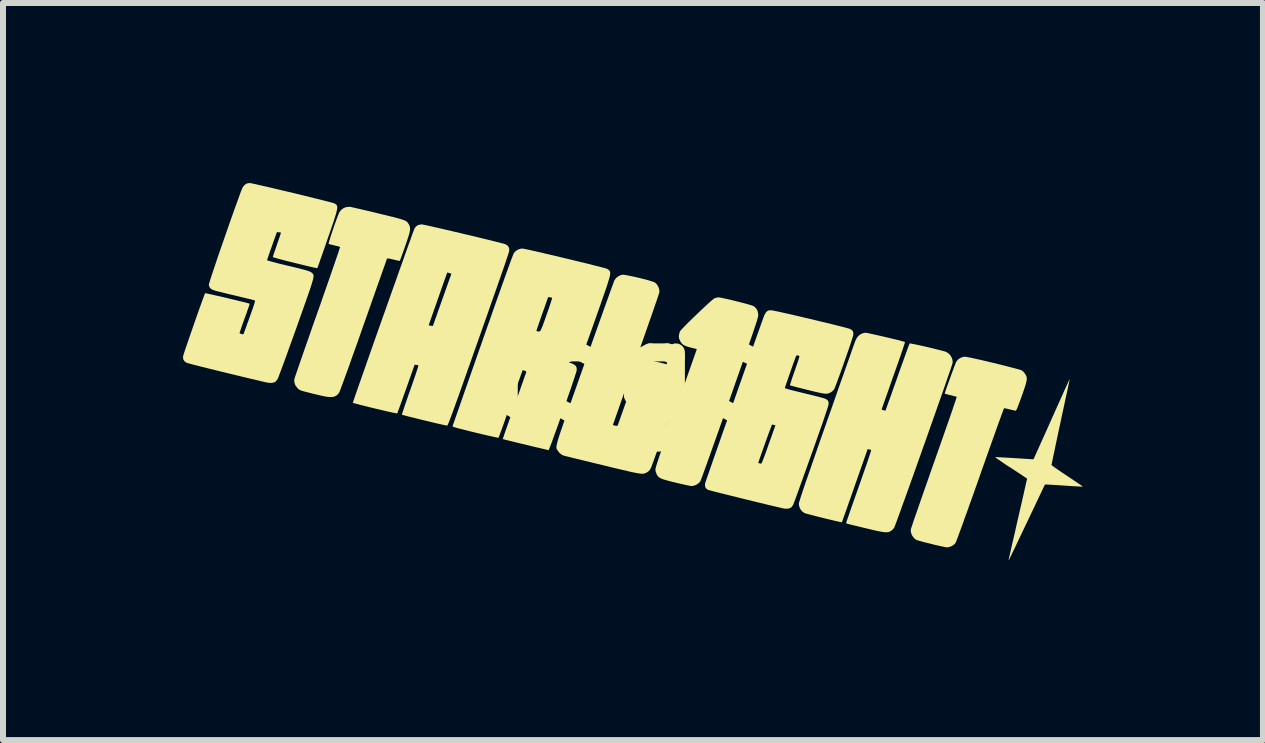
<source format=kicad_pcb>
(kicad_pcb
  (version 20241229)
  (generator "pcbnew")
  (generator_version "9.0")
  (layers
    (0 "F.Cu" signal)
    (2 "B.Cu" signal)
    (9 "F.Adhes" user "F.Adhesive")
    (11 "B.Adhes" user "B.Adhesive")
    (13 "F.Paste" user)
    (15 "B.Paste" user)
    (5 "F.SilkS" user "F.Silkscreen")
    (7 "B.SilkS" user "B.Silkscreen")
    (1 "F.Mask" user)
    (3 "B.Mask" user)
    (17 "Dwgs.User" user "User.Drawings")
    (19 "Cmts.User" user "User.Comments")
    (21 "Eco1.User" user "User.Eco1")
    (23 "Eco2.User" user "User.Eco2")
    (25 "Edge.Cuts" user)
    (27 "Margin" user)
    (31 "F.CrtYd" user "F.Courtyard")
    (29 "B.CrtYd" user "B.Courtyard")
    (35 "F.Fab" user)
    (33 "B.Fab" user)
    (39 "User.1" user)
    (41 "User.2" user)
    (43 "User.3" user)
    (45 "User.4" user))
  (footprint "logo"
    (layer "F.Cu")
    (at 7.5 3.145)
    (property "Reference" "logo" (at 0 0 0) (layer "F.SilkS") (effects (font (size 1.5 1.5) (thickness 0.3))))
    (attr board_only exclude_from_pos_files exclude_from_bom)
    (fp_poly (pts (xy 1.442 -1.237) (xy 1.476 -1.231) (xy 1.521 -1.221) (xy 1.575 -1.21) (xy 1.634 -1.196) (xy 1.697 -1.181) (xy 1.76 -1.165) (xy 1.822 -1.149) (xy 1.879 -1.134) (xy 1.929 -1.12) (xy 1.97 -1.107) (xy 1.999 -1.098) (xy 2.013 -1.091) (xy 2.051 -1.057) (xy 2.075 -1.015) (xy 2.086 -0.964) (xy 2.086 -0.958) (xy 2.087 -0.95) (xy 2.086 -0.943) (xy 2.086 -0.933) (xy 2.084 -0.922) (xy 2.081 -0.908) (xy 2.076 -0.89) (xy 2.07 -0.868) (xy 2.062 -0.841) (xy 2.051 -0.808) (xy 2.038 -0.768) (xy 2.022 -0.721) (xy 2.004 -0.666) (xy 1.982 -0.601) (xy 1.956 -0.527) (xy 1.927 -0.443) (xy 1.893 -0.347) (xy 1.856 -0.239) (xy 1.813 -0.118) (xy 1.766 0.016) (xy 1.714 0.164) (xy 1.657 0.328) (xy 1.615 0.447) (xy 1.563 0.595) (xy 1.512 0.738) (xy 1.463 0.877) (xy 1.416 1.01) (xy 1.371 1.136) (xy 1.329 1.254) (xy 1.29 1.364) (xy 1.254 1.465) (xy 1.222 1.555) (xy 1.193 1.634) (xy 1.169 1.701) (xy 1.149 1.755) (xy 1.134 1.795) (xy 1.124 1.82) (xy 1.119 1.83) (xy 1.091 1.86) (xy 1.052 1.885) (xy 1.01 1.901) (xy 0.975 1.905) (xy 0.957 1.903) (xy 0.926 1.897) (xy 0.882 1.888) (xy 0.83 1.876) (xy 0.771 1.863) (xy 0.71 1.848) (xy 0.633 1.83) (xy 0.571 1.813) (xy 0.522 1.799) (xy 0.484 1.786) (xy 0.455 1.773) (xy 0.434 1.76) (xy 0.417 1.745) (xy 0.404 1.727) (xy 0.393 1.707) (xy 0.376 1.66) (xy 0.373 1.629) (xy 0.374 1.619) (xy 0.378 1.601) (xy 0.385 1.576) (xy 0.395 1.543) (xy 0.409 1.5) (xy 0.426 1.447) (xy 0.447 1.384) (xy 0.473 1.309) (xy 0.503 1.222) (xy 0.537 1.122) (xy 0.577 1.009) (xy 0.621 0.881) (xy 0.671 0.739) (xy 0.718 0.606) (xy 1.063 -0.377) (xy 0.967 -0.401) (xy 0.91 -0.417) (xy 0.867 -0.433) (xy 0.835 -0.451) (xy 0.81 -0.473) (xy 0.791 -0.501) (xy 0.784 -0.515) (xy 0.77 -0.547) (xy 0.764 -0.573) (xy 0.764 -0.6) (xy 0.765 -0.606) (xy 0.771 -0.638) (xy 0.78 -0.666) (xy 0.783 -0.674) (xy 0.794 -0.688) (xy 0.815 -0.712) (xy 0.846 -0.744) (xy 0.885 -0.784) (xy 0.929 -0.828) (xy 0.979 -0.877) (xy 1.031 -0.927) (xy 1.084 -0.978) (xy 1.137 -1.029) (xy 1.188 -1.076) (xy 1.235 -1.12) (xy 1.277 -1.158) (xy 1.312 -1.189) (xy 1.338 -1.21) (xy 1.353 -1.222) (xy 1.355 -1.222) (xy 1.385 -1.233) (xy 1.415 -1.238) (xy 1.422 -1.239)) (stroke (width 0) (type solid)) (fill yes) (layer "F.SilkS"))
    (fp_poly (pts (xy 7.273 0.147) (xy 7.27 0.159) (xy 7.264 0.186) (xy 7.255 0.228) (xy 7.244 0.283) (xy 7.23 0.349) (xy 7.213 0.426) (xy 7.195 0.511) (xy 7.175 0.605) (xy 7.153 0.705) (xy 7.131 0.81) (xy 7.121 0.857) (xy 7.098 0.963) (xy 7.076 1.065) (xy 7.056 1.161) (xy 7.037 1.249) (xy 7.021 1.329) (xy 7.006 1.398) (xy 6.994 1.457) (xy 6.984 1.503) (xy 6.978 1.535) (xy 6.974 1.552) (xy 6.974 1.554) (xy 6.981 1.561) (xy 7.001 1.576) (xy 7.032 1.599) (xy 7.073 1.627) (xy 7.122 1.661) (xy 7.177 1.698) (xy 7.234 1.736) (xy 7.294 1.776) (xy 7.349 1.813) (xy 7.398 1.846) (xy 7.439 1.874) (xy 7.47 1.895) (xy 7.49 1.909) (xy 7.498 1.914) (xy 7.49 1.915) (xy 7.467 1.914) (xy 7.431 1.913) (xy 7.384 1.91) (xy 7.327 1.907) (xy 7.263 1.903) (xy 7.218 1.9) (xy 7.148 1.895) (xy 7.082 1.891) (xy 7.022 1.887) (xy 6.972 1.884) (xy 6.932 1.882) (xy 6.907 1.881) (xy 6.899 1.88) (xy 6.864 1.88) (xy 6.567 2.506) (xy 6.52 2.603) (xy 6.476 2.697) (xy 6.434 2.784) (xy 6.396 2.865) (xy 6.361 2.938) (xy 6.33 3.001) (xy 6.305 3.054) (xy 6.285 3.095) (xy 6.271 3.123) (xy 6.264 3.138) (xy 6.263 3.139) (xy 6.259 3.139) (xy 6.26 3.131) (xy 6.264 3.112) (xy 6.272 3.08) (xy 6.282 3.034) (xy 6.295 2.977) (xy 6.31 2.91) (xy 6.327 2.836) (xy 6.346 2.754) (xy 6.366 2.668) (xy 6.386 2.577) (xy 6.407 2.485) (xy 6.428 2.393) (xy 6.449 2.301) (xy 6.47 2.212) (xy 6.489 2.128) (xy 6.507 2.049) (xy 6.523 1.977) (xy 6.537 1.915) (xy 6.549 1.862) (xy 6.558 1.822) (xy 6.564 1.795) (xy 6.567 1.784) (xy 6.567 1.783) (xy 6.56 1.777) (xy 6.54 1.763) (xy 6.508 1.742) (xy 6.467 1.714) (xy 6.418 1.682) (xy 6.362 1.645) (xy 6.301 1.605) (xy 6.294 1.601) (xy 6.233 1.562) (xy 6.178 1.525) (xy 6.13 1.492) (xy 6.09 1.465) (xy 6.06 1.444) (xy 6.042 1.429) (xy 6.036 1.423) (xy 6.036 1.423) (xy 6.048 1.423) (xy 6.075 1.424) (xy 6.115 1.426) (xy 6.167 1.429) (xy 6.227 1.432) (xy 6.295 1.436) (xy 6.362 1.44) (xy 6.672 1.46) (xy 6.683 1.438) (xy 6.689 1.427) (xy 6.7 1.401) (xy 6.718 1.362) (xy 6.741 1.311) (xy 6.769 1.249) (xy 6.801 1.177) (xy 6.837 1.098) (xy 6.876 1.011) (xy 6.918 0.918) (xy 6.961 0.821) (xy 6.973 0.794) (xy 7.017 0.696) (xy 7.059 0.602) (xy 7.099 0.513) (xy 7.136 0.431) (xy 7.169 0.357) (xy 7.198 0.292) (xy 7.223 0.238) (xy 7.242 0.195) (xy 7.256 0.166) (xy 7.263 0.15) (xy 7.264 0.149) (xy 7.277 0.126)) (stroke (width 0) (type solid)) (fill yes) (layer "F.SilkS"))
    (fp_poly (pts (xy 5.55 -0.248) (xy 5.576 -0.243) (xy 5.611 -0.237) (xy 5.655 -0.228) (xy 5.711 -0.215) (xy 5.779 -0.2) (xy 5.861 -0.181) (xy 5.958 -0.158) (xy 6 -0.148) (xy 6.095 -0.125) (xy 6.183 -0.103) (xy 6.261 -0.083) (xy 6.33 -0.065) (xy 6.387 -0.05) (xy 6.432 -0.038) (xy 6.462 -0.028) (xy 6.475 -0.023) (xy 6.505 -0.000288) (xy 6.532 0.032) (xy 6.535 0.038) (xy 6.547 0.058) (xy 6.556 0.078) (xy 6.561 0.099) (xy 6.562 0.123) (xy 6.558 0.151) (xy 6.55 0.187) (xy 6.538 0.232) (xy 6.519 0.287) (xy 6.496 0.356) (xy 6.477 0.409) (xy 6.448 0.489) (xy 6.424 0.552) (xy 6.406 0.599) (xy 6.392 0.631) (xy 6.382 0.647) (xy 6.379 0.65) (xy 6.365 0.648) (xy 6.339 0.642) (xy 6.305 0.634) (xy 6.279 0.628) (xy 6.242 0.619) (xy 6.211 0.612) (xy 6.19 0.609) (xy 6.184 0.608) (xy 6.18 0.617) (xy 6.17 0.641) (xy 6.156 0.679) (xy 6.137 0.731) (xy 6.114 0.795) (xy 6.086 0.871) (xy 6.055 0.957) (xy 6.021 1.054) (xy 5.983 1.159) (xy 5.943 1.272) (xy 5.9 1.392) (xy 5.856 1.518) (xy 5.809 1.648) (xy 5.786 1.716) (xy 5.739 1.849) (xy 5.693 1.979) (xy 5.649 2.103) (xy 5.606 2.221) (xy 5.567 2.333) (xy 5.529 2.436) (xy 5.496 2.53) (xy 5.465 2.614) (xy 5.438 2.687) (xy 5.416 2.748) (xy 5.398 2.796) (xy 5.384 2.83) (xy 5.376 2.849) (xy 5.375 2.853) (xy 5.347 2.882) (xy 5.31 2.906) (xy 5.268 2.922) (xy 5.232 2.927) (xy 5.216 2.925) (xy 5.185 2.919) (xy 5.143 2.91) (xy 5.092 2.899) (xy 5.034 2.886) (xy 4.975 2.871) (xy 4.914 2.856) (xy 4.856 2.842) (xy 4.806 2.828) (xy 4.766 2.817) (xy 4.737 2.808) (xy 4.723 2.803) (xy 4.685 2.775) (xy 4.655 2.736) (xy 4.635 2.691) (xy 4.628 2.645) (xy 4.629 2.626) (xy 4.633 2.614) (xy 4.642 2.587) (xy 4.656 2.546) (xy 4.674 2.491) (xy 4.697 2.423) (xy 4.725 2.345) (xy 4.756 2.256) (xy 4.79 2.157) (xy 4.827 2.05) (xy 4.867 1.936) (xy 4.91 1.815) (xy 4.954 1.688) (xy 5 1.557) (xy 5.017 1.51) (xy 5.063 1.378) (xy 5.108 1.251) (xy 5.151 1.129) (xy 5.191 1.014) (xy 5.229 0.905) (xy 5.264 0.806) (xy 5.295 0.715) (xy 5.323 0.635) (xy 5.346 0.566) (xy 5.366 0.509) (xy 5.38 0.465) (xy 5.39 0.435) (xy 5.395 0.421) (xy 5.395 0.419) (xy 5.385 0.415) (xy 5.361 0.409) (xy 5.328 0.4) (xy 5.292 0.391) (xy 5.253 0.382) (xy 5.222 0.373) (xy 5.201 0.367) (xy 5.194 0.364) (xy 5.197 0.352) (xy 5.205 0.328) (xy 5.217 0.291) (xy 5.233 0.246) (xy 5.252 0.194) (xy 5.272 0.138) (xy 5.293 0.08) (xy 5.314 0.023) (xy 5.334 -0.031) (xy 5.352 -0.08) (xy 5.368 -0.121) (xy 5.38 -0.151) (xy 5.387 -0.169) (xy 5.389 -0.171) (xy 5.418 -0.205) (xy 5.458 -0.231) (xy 5.503 -0.247) (xy 5.517 -0.249) (xy 5.531 -0.249)) (stroke (width 0) (type solid)) (fill yes) (layer "F.SilkS"))
    (fp_poly (pts (xy -4.702 -2.746) (xy -4.687 -2.742) (xy -4.656 -2.735) (xy -4.612 -2.725) (xy -4.556 -2.712) (xy -4.491 -2.697) (xy -4.418 -2.68) (xy -4.339 -2.661) (xy -4.256 -2.641) (xy -4.245 -2.638) (xy -4.144 -2.614) (xy -4.059 -2.593) (xy -3.987 -2.576) (xy -3.929 -2.56) (xy -3.881 -2.547) (xy -3.843 -2.535) (xy -3.814 -2.524) (xy -3.791 -2.514) (xy -3.774 -2.503) (xy -3.761 -2.492) (xy -3.751 -2.479) (xy -3.742 -2.465) (xy -3.736 -2.456) (xy -3.726 -2.435) (xy -3.719 -2.414) (xy -3.716 -2.391) (xy -3.717 -2.364) (xy -3.722 -2.331) (xy -3.732 -2.29) (xy -3.748 -2.239) (xy -3.769 -2.176) (xy -3.795 -2.1) (xy -3.8 -2.086) (xy -3.821 -2.026) (xy -3.841 -1.971) (xy -3.858 -1.923) (xy -3.872 -1.886) (xy -3.881 -1.86) (xy -3.886 -1.847) (xy -3.886 -1.847) (xy -3.895 -1.848) (xy -3.917 -1.852) (xy -3.95 -1.859) (xy -3.989 -1.868) (xy -3.992 -1.869) (xy -4.036 -1.88) (xy -4.066 -1.886) (xy -4.085 -1.888) (xy -4.096 -1.887) (xy -4.101 -1.883) (xy -4.102 -1.881) (xy -4.106 -1.871) (xy -4.115 -1.846) (xy -4.128 -1.806) (xy -4.147 -1.753) (xy -4.17 -1.688) (xy -4.197 -1.611) (xy -4.228 -1.523) (xy -4.263 -1.426) (xy -4.3 -1.32) (xy -4.34 -1.207) (xy -4.382 -1.086) (xy -4.427 -0.96) (xy -4.473 -0.829) (xy -4.494 -0.771) (xy -4.545 -0.625) (xy -4.594 -0.485) (xy -4.641 -0.354) (xy -4.685 -0.232) (xy -4.725 -0.118) (xy -4.762 -0.015) (xy -4.796 0.076) (xy -4.825 0.157) (xy -4.85 0.224) (xy -4.87 0.278) (xy -4.885 0.318) (xy -4.896 0.343) (xy -4.9 0.352) (xy -4.923 0.38) (xy -4.948 0.4) (xy -4.976 0.414) (xy -5.01 0.421) (xy -5.051 0.422) (xy -5.102 0.417) (xy -5.165 0.406) (xy -5.242 0.388) (xy -5.271 0.381) (xy -5.348 0.363) (xy -5.409 0.347) (xy -5.457 0.335) (xy -5.494 0.325) (xy -5.522 0.317) (xy -5.542 0.309) (xy -5.557 0.302) (xy -5.569 0.295) (xy -5.579 0.286) (xy -5.589 0.276) (xy -5.593 0.272) (xy -5.627 0.228) (xy -5.644 0.179) (xy -5.646 0.129) (xy -5.642 0.117) (xy -5.634 0.09) (xy -5.62 0.048) (xy -5.601 -0.007) (xy -5.578 -0.074) (xy -5.551 -0.153) (xy -5.52 -0.242) (xy -5.486 -0.34) (xy -5.448 -0.448) (xy -5.408 -0.562) (xy -5.366 -0.683) (xy -5.322 -0.81) (xy -5.275 -0.941) (xy -5.259 -0.988) (xy -5.212 -1.119) (xy -5.168 -1.247) (xy -5.125 -1.369) (xy -5.085 -1.484) (xy -5.047 -1.592) (xy -5.013 -1.692) (xy -4.981 -1.783) (xy -4.954 -1.863) (xy -4.93 -1.932) (xy -4.911 -1.989) (xy -4.897 -2.033) (xy -4.887 -2.063) (xy -4.883 -2.078) (xy -4.883 -2.079) (xy -4.894 -2.084) (xy -4.918 -2.091) (xy -4.951 -2.099) (xy -4.977 -2.105) (xy -5.014 -2.114) (xy -5.046 -2.122) (xy -5.067 -2.128) (xy -5.074 -2.13) (xy -5.073 -2.139) (xy -5.067 -2.162) (xy -5.057 -2.197) (xy -5.044 -2.24) (xy -5.028 -2.291) (xy -5.009 -2.346) (xy -4.99 -2.403) (xy -4.97 -2.46) (xy -4.95 -2.515) (xy -4.932 -2.564) (xy -4.916 -2.607) (xy -4.902 -2.639) (xy -4.894 -2.657) (xy -4.864 -2.697) (xy -4.823 -2.727) (xy -4.775 -2.745) (xy -4.722 -2.748)) (stroke (width 0) (type solid)) (fill yes) (layer "F.SilkS"))
    (fp_poly (pts (xy -0.158 -1.616) (xy -0.124 -1.611) (xy -0.079 -1.603) (xy -0.025 -1.592) (xy 0.034 -1.579) (xy 0.096 -1.565) (xy 0.157 -1.55) (xy 0.216 -1.535) (xy 0.269 -1.52) (xy 0.313 -1.506) (xy 0.346 -1.495) (xy 0.365 -1.486) (xy 0.397 -1.456) (xy 0.422 -1.415) (xy 0.437 -1.37) (xy 0.439 -1.327) (xy 0.436 -1.314) (xy 0.427 -1.286) (xy 0.413 -1.243) (xy 0.394 -1.187) (xy 0.37 -1.119) (xy 0.343 -1.039) (xy 0.312 -0.949) (xy 0.277 -0.85) (xy 0.239 -0.742) (xy 0.199 -0.627) (xy 0.156 -0.505) (xy 0.111 -0.378) (xy 0.065 -0.247) (xy 0.048 -0.2) (xy 0.001 -0.068) (xy -0.044 0.059) (xy -0.087 0.181) (xy -0.128 0.296) (xy -0.166 0.404) (xy -0.201 0.503) (xy -0.233 0.594) (xy -0.261 0.674) (xy -0.285 0.742) (xy -0.305 0.799) (xy -0.32 0.843) (xy -0.331 0.872) (xy -0.335 0.887) (xy -0.336 0.888) (xy -0.327 0.891) (xy -0.307 0.896) (xy -0.297 0.899) (xy -0.274 0.903) (xy -0.262 0.902) (xy -0.255 0.892) (xy -0.252 0.885) (xy -0.248 0.873) (xy -0.238 0.846) (xy -0.224 0.806) (xy -0.205 0.753) (xy -0.183 0.69) (xy -0.157 0.618) (xy -0.129 0.538) (xy -0.098 0.451) (xy -0.066 0.36) (xy -0.052 0.321) (xy -0.019 0.228) (xy 0.012 0.141) (xy 0.041 0.06) (xy 0.067 -0.014) (xy 0.09 -0.079) (xy 0.109 -0.133) (xy 0.125 -0.176) (xy 0.135 -0.206) (xy 0.141 -0.221) (xy 0.142 -0.223) (xy 0.151 -0.221) (xy 0.174 -0.216) (xy 0.211 -0.208) (xy 0.258 -0.197) (xy 0.315 -0.184) (xy 0.379 -0.169) (xy 0.434 -0.156) (xy 0.528 -0.133) (xy 0.606 -0.113) (xy 0.667 -0.096) (xy 0.712 -0.083) (xy 0.741 -0.072) (xy 0.75 -0.068) (xy 0.786 -0.034) (xy 0.812 0.008) (xy 0.827 0.055) (xy 0.828 0.1) (xy 0.827 0.103) (xy 0.824 0.115) (xy 0.815 0.143) (xy 0.801 0.183) (xy 0.783 0.236) (xy 0.761 0.299) (xy 0.736 0.372) (xy 0.708 0.452) (xy 0.678 0.538) (xy 0.646 0.629) (xy 0.613 0.723) (xy 0.579 0.82) (xy 0.545 0.916) (xy 0.511 1.012) (xy 0.478 1.105) (xy 0.447 1.195) (xy 0.417 1.279) (xy 0.389 1.356) (xy 0.364 1.425) (xy 0.343 1.484) (xy 0.325 1.532) (xy 0.312 1.568) (xy 0.304 1.59) (xy 0.302 1.594) (xy 0.283 1.631) (xy 0.261 1.657) (xy 0.232 1.677) (xy 0.222 1.682) (xy 0.21 1.688) (xy 0.198 1.693) (xy 0.184 1.697) (xy 0.169 1.7) (xy 0.151 1.7) (xy 0.128 1.699) (xy 0.1 1.695) (xy 0.064 1.689) (xy 0.021 1.681) (xy -0.032 1.67) (xy -0.095 1.655) (xy -0.169 1.638) (xy -0.257 1.617) (xy -0.359 1.593) (xy -0.475 1.564) (xy -0.513 1.555) (xy -0.614 1.531) (xy -0.711 1.507) (xy -0.803 1.485) (xy -0.887 1.464) (xy -0.963 1.446) (xy -1.028 1.43) (xy -1.083 1.416) (xy -1.124 1.406) (xy -1.152 1.399) (xy -1.163 1.395) (xy -1.196 1.378) (xy -1.228 1.35) (xy -1.255 1.316) (xy -1.262 1.304) (xy -1.267 1.296) (xy -1.271 1.288) (xy -1.274 1.281) (xy -1.276 1.272) (xy -1.277 1.261) (xy -1.277 1.247) (xy -1.274 1.231) (xy -1.27 1.21) (xy -1.264 1.185) (xy -1.256 1.153) (xy -1.245 1.116) (xy -1.231 1.072) (xy -1.214 1.019) (xy -1.193 0.958) (xy -1.169 0.888) (xy -1.142 0.808) (xy -1.11 0.717) (xy -1.074 0.614) (xy -1.033 0.499) (xy -0.988 0.371) (xy -0.937 0.229) (xy -0.882 0.072) (xy -0.821 -0.1) (xy -0.802 -0.152) (xy -0.75 -0.299) (xy -0.699 -0.441) (xy -0.65 -0.579) (xy -0.603 -0.711) (xy -0.558 -0.837) (xy -0.516 -0.954) (xy -0.477 -1.064) (xy -0.441 -1.163) (xy -0.409 -1.253) (xy -0.381 -1.331) (xy -0.357 -1.397) (xy -0.337 -1.451) (xy -0.323 -1.49) (xy -0.314 -1.515) (xy -0.31 -1.524) (xy -0.284 -1.56) (xy -0.246 -1.59) (xy -0.202 -1.611) (xy -0.179 -1.616)) (stroke (width 0) (type solid)) (fill yes) (layer "F.SilkS"))
    (fp_poly (pts (xy -3.507 -2.453) (xy -3.477 -2.447) (xy -3.434 -2.438) (xy -3.379 -2.426) (xy -3.313 -2.411) (xy -3.238 -2.394) (xy -3.156 -2.375) (xy -3.068 -2.355) (xy -2.976 -2.333) (xy -2.882 -2.311) (xy -2.786 -2.288) (xy -2.692 -2.266) (xy -2.599 -2.244) (xy -2.51 -2.222) (xy -2.427 -2.202) (xy -2.351 -2.183) (xy -2.283 -2.166) (xy -2.225 -2.152) (xy -2.18 -2.14) (xy -2.147 -2.131) (xy -2.129 -2.125) (xy -2.129 -2.125) (xy -2.092 -2.103) (xy -2.069 -2.072) (xy -2.062 -2.037) (xy -2.062 -2.032) (xy -2.062 -2.025) (xy -2.064 -2.018) (xy -2.066 -2.008) (xy -2.069 -1.995) (xy -2.074 -1.979) (xy -2.08 -1.958) (xy -2.088 -1.933) (xy -2.099 -1.902) (xy -2.111 -1.864) (xy -2.126 -1.819) (xy -2.144 -1.767) (xy -2.165 -1.706) (xy -2.19 -1.636) (xy -2.217 -1.557) (xy -2.249 -1.467) (xy -2.284 -1.365) (xy -2.324 -1.252) (xy -2.369 -1.126) (xy -2.417 -0.987) (xy -2.471 -0.834) (xy -2.53 -0.667) (xy -2.595 -0.484) (xy -2.628 -0.39) (xy -2.689 -0.217) (xy -2.745 -0.059) (xy -2.795 0.083) (xy -2.84 0.211) (xy -2.881 0.326) (xy -2.917 0.428) (xy -2.95 0.517) (xy -2.978 0.596) (xy -3.002 0.663) (xy -3.023 0.72) (xy -3.041 0.768) (xy -3.056 0.807) (xy -3.068 0.838) (xy -3.078 0.862) (xy -3.086 0.879) (xy -3.092 0.89) (xy -3.096 0.897) (xy -3.098 0.898) (xy -3.11 0.896) (xy -3.136 0.891) (xy -3.176 0.882) (xy -3.227 0.871) (xy -3.288 0.857) (xy -3.357 0.84) (xy -3.431 0.822) (xy -3.48 0.811) (xy -3.557 0.792) (xy -3.629 0.774) (xy -3.694 0.758) (xy -3.75 0.744) (xy -3.795 0.732) (xy -3.829 0.723) (xy -3.848 0.718) (xy -3.852 0.716) (xy -3.85 0.707) (xy -3.843 0.684) (xy -3.831 0.647) (xy -3.815 0.598) (xy -3.795 0.54) (xy -3.772 0.473) (xy -3.747 0.399) (xy -3.719 0.32) (xy -3.714 0.306) (xy -3.686 0.226) (xy -3.66 0.151) (xy -3.636 0.083) (xy -3.616 0.023) (xy -3.599 -0.028) (xy -3.587 -0.067) (xy -3.579 -0.093) (xy -3.576 -0.105) (xy -3.576 -0.105) (xy -3.588 -0.11) (xy -3.609 -0.114) (xy -3.611 -0.114) (xy -3.64 -0.117) (xy -3.782 0.286) (xy -3.811 0.365) (xy -3.837 0.44) (xy -3.862 0.508) (xy -3.883 0.568) (xy -3.902 0.618) (xy -3.916 0.657) (xy -3.926 0.683) (xy -3.931 0.694) (xy -3.931 0.694) (xy -3.941 0.694) (xy -3.965 0.689) (xy -4.002 0.682) (xy -4.049 0.672) (xy -4.104 0.659) (xy -4.166 0.645) (xy -4.232 0.629) (xy -4.3 0.613) (xy -4.368 0.597) (xy -4.434 0.58) (xy -4.496 0.565) (xy -4.551 0.551) (xy -4.599 0.538) (xy -4.635 0.528) (xy -4.66 0.521) (xy -4.669 0.517) (xy -4.669 0.517) (xy -4.667 0.507) (xy -4.658 0.482) (xy -4.645 0.442) (xy -4.627 0.389) (xy -4.604 0.324) (xy -4.578 0.248) (xy -4.547 0.161) (xy -4.514 0.066) (xy -4.477 -0.038) (xy -4.438 -0.15) (xy -4.397 -0.267) (xy -4.354 -0.39) (xy -4.309 -0.517) (xy -4.263 -0.647) (xy -4.217 -0.777) (xy -3.405 -0.777) (xy -3.397 -0.772) (xy -3.38 -0.768) (xy -3.359 -0.764) (xy -3.342 -0.763) (xy -3.335 -0.765) (xy -3.332 -0.773) (xy -3.324 -0.796) (xy -3.311 -0.832) (xy -3.294 -0.881) (xy -3.273 -0.939) (xy -3.25 -1.007) (xy -3.223 -1.081) (xy -3.195 -1.161) (xy -3.181 -1.2) (xy -3.027 -1.633) (xy -3.061 -1.644) (xy -3.083 -1.65) (xy -3.096 -1.653) (xy -3.097 -1.652) (xy -3.1 -1.644) (xy -3.109 -1.62) (xy -3.121 -1.584) (xy -3.138 -1.538) (xy -3.158 -1.482) (xy -3.18 -1.419) (xy -3.204 -1.351) (xy -3.229 -1.279) (xy -3.255 -1.206) (xy -3.28 -1.133) (xy -3.305 -1.062) (xy -3.329 -0.995) (xy -3.35 -0.934) (xy -3.369 -0.88) (xy -3.384 -0.836) (xy -3.396 -0.802) (xy -3.403 -0.782) (xy -3.405 -0.777) (xy -4.217 -0.777) (xy -4.216 -0.78) (xy -4.169 -0.913) (xy -4.121 -1.047) (xy -4.074 -1.18) (xy -4.028 -1.311) (xy -3.982 -1.439) (xy -3.938 -1.563) (xy -3.896 -1.683) (xy -3.855 -1.796) (xy -3.817 -1.903) (xy -3.782 -2.002) (xy -3.75 -2.092) (xy -3.721 -2.172) (xy -3.696 -2.241) (xy -3.676 -2.298) (xy -3.659 -2.342) (xy -3.648 -2.372) (xy -3.642 -2.387) (xy -3.641 -2.389) (xy -3.613 -2.425) (xy -3.575 -2.447) (xy -3.528 -2.455) (xy -3.522 -2.455)) (stroke (width 0) (type solid)) (fill yes) (layer "F.SilkS"))
    (fp_poly (pts (xy 3.891 -0.648) (xy 3.919 -0.642) (xy 3.959 -0.634) (xy 4.009 -0.623) (xy 4.066 -0.61) (xy 4.127 -0.596) (xy 4.192 -0.581) (xy 4.257 -0.566) (xy 4.319 -0.551) (xy 4.378 -0.537) (xy 4.431 -0.524) (xy 4.474 -0.512) (xy 4.507 -0.503) (xy 4.527 -0.497) (xy 4.532 -0.495) (xy 4.53 -0.486) (xy 4.523 -0.462) (xy 4.511 -0.425) (xy 4.495 -0.377) (xy 4.475 -0.318) (xy 4.452 -0.25) (xy 4.426 -0.176) (xy 4.398 -0.096) (xy 4.387 -0.065) (xy 4.356 0.022) (xy 4.325 0.109) (xy 4.296 0.193) (xy 4.268 0.272) (xy 4.243 0.344) (xy 4.221 0.406) (xy 4.203 0.457) (xy 4.19 0.493) (xy 4.189 0.495) (xy 4.142 0.631) (xy 4.172 0.641) (xy 4.193 0.647) (xy 4.206 0.648) (xy 4.207 0.647) (xy 4.21 0.639) (xy 4.219 0.615) (xy 4.232 0.578) (xy 4.25 0.528) (xy 4.272 0.468) (xy 4.297 0.398) (xy 4.325 0.319) (xy 4.355 0.234) (xy 4.388 0.143) (xy 4.406 0.09) (xy 4.439 -0.004) (xy 4.471 -0.093) (xy 4.501 -0.176) (xy 4.528 -0.251) (xy 4.552 -0.317) (xy 4.572 -0.374) (xy 4.589 -0.419) (xy 4.601 -0.451) (xy 4.608 -0.468) (xy 4.609 -0.471) (xy 4.619 -0.471) (xy 4.643 -0.467) (xy 4.68 -0.46) (xy 4.726 -0.451) (xy 4.78 -0.439) (xy 4.839 -0.426) (xy 4.901 -0.412) (xy 4.964 -0.397) (xy 5.024 -0.382) (xy 5.081 -0.368) (xy 5.131 -0.355) (xy 5.173 -0.344) (xy 5.204 -0.335) (xy 5.219 -0.33) (xy 5.261 -0.303) (xy 5.295 -0.265) (xy 5.317 -0.22) (xy 5.327 -0.171) (xy 5.325 -0.147) (xy 5.322 -0.134) (xy 5.313 -0.106) (xy 5.299 -0.063) (xy 5.28 -0.007) (xy 5.256 0.061) (xy 5.229 0.139) (xy 5.199 0.228) (xy 5.165 0.325) (xy 5.128 0.431) (xy 5.088 0.543) (xy 5.047 0.661) (xy 5.004 0.783) (xy 4.959 0.91) (xy 4.914 1.038) (xy 4.868 1.169) (xy 4.821 1.299) (xy 4.775 1.43) (xy 4.729 1.558) (xy 4.685 1.684) (xy 4.641 1.806) (xy 4.599 1.924) (xy 4.559 2.035) (xy 4.521 2.14) (xy 4.486 2.236) (xy 4.455 2.324) (xy 4.426 2.402) (xy 4.402 2.469) (xy 4.382 2.523) (xy 4.366 2.564) (xy 4.355 2.591) (xy 4.35 2.603) (xy 4.35 2.603) (xy 4.328 2.629) (xy 4.3 2.652) (xy 4.292 2.657) (xy 4.275 2.666) (xy 4.256 2.672) (xy 4.234 2.675) (xy 4.207 2.675) (xy 4.173 2.672) (xy 4.131 2.665) (xy 4.079 2.655) (xy 4.014 2.641) (xy 3.936 2.622) (xy 3.872 2.607) (xy 3.804 2.591) (xy 3.741 2.575) (xy 3.685 2.562) (xy 3.637 2.55) (xy 3.601 2.541) (xy 3.578 2.536) (xy 3.571 2.534) (xy 3.556 2.526) (xy 3.552 2.519) (xy 3.555 2.509) (xy 3.563 2.484) (xy 3.576 2.446) (xy 3.594 2.395) (xy 3.615 2.333) (xy 3.64 2.261) (xy 3.668 2.181) (xy 3.699 2.094) (xy 3.732 2) (xy 3.764 1.91) (xy 3.798 1.813) (xy 3.83 1.72) (xy 3.86 1.634) (xy 3.888 1.555) (xy 3.912 1.484) (xy 3.932 1.423) (xy 3.949 1.374) (xy 3.96 1.337) (xy 3.967 1.314) (xy 3.969 1.306) (xy 3.957 1.3) (xy 3.937 1.295) (xy 3.91 1.289) (xy 3.696 1.898) (xy 3.662 1.996) (xy 3.629 2.09) (xy 3.598 2.177) (xy 3.57 2.257) (xy 3.545 2.328) (xy 3.523 2.389) (xy 3.505 2.439) (xy 3.492 2.477) (xy 3.483 2.5) (xy 3.48 2.509) (xy 3.48 2.509) (xy 3.471 2.508) (xy 3.447 2.503) (xy 3.411 2.495) (xy 3.366 2.485) (xy 3.312 2.472) (xy 3.253 2.458) (xy 3.191 2.443) (xy 3.128 2.427) (xy 3.067 2.412) (xy 3.009 2.397) (xy 2.957 2.383) (xy 2.913 2.372) (xy 2.88 2.362) (xy 2.859 2.356) (xy 2.854 2.354) (xy 2.813 2.323) (xy 2.783 2.281) (xy 2.766 2.23) (xy 2.764 2.197) (xy 2.765 2.187) (xy 2.77 2.168) (xy 2.779 2.14) (xy 2.791 2.101) (xy 2.807 2.052) (xy 2.827 1.991) (xy 2.851 1.919) (xy 2.88 1.834) (xy 2.914 1.737) (xy 2.952 1.627) (xy 2.995 1.503) (xy 3.043 1.365) (xy 3.096 1.212) (xy 3.155 1.044) (xy 3.22 0.86) (xy 3.227 0.839) (xy 3.279 0.693) (xy 3.329 0.551) (xy 3.377 0.413) (xy 3.423 0.281) (xy 3.467 0.156) (xy 3.509 0.039) (xy 3.547 -0.07) (xy 3.582 -0.169) (xy 3.614 -0.258) (xy 3.641 -0.336) (xy 3.664 -0.402) (xy 3.683 -0.455) (xy 3.697 -0.493) (xy 3.706 -0.517) (xy 3.709 -0.525) (xy 3.736 -0.574) (xy 3.773 -0.612) (xy 3.818 -0.638) (xy 3.867 -0.649) (xy 3.876 -0.65)) (stroke (width 0) (type solid)) (fill yes) (layer "F.SilkS"))
    (fp_poly (pts (xy -1.832 -2.051) (xy -1.801 -2.045) (xy -1.757 -2.036) (xy -1.701 -2.024) (xy -1.635 -2.009) (xy -1.559 -1.992) (xy -1.477 -1.972) (xy -1.388 -1.952) (xy -1.296 -1.93) (xy -1.2 -1.907) (xy -1.104 -1.884) (xy -1.008 -1.861) (xy -0.915 -1.838) (xy -0.825 -1.817) (xy -0.741 -1.796) (xy -0.663 -1.776) (xy -0.594 -1.759) (xy -0.535 -1.744) (xy -0.488 -1.731) (xy -0.453 -1.722) (xy -0.434 -1.715) (xy -0.431 -1.714) (xy -0.408 -1.699) (xy -0.391 -1.683) (xy -0.389 -1.679) (xy -0.385 -1.67) (xy -0.382 -1.66) (xy -0.38 -1.647) (xy -0.381 -1.632) (xy -0.383 -1.612) (xy -0.388 -1.588) (xy -0.397 -1.556) (xy -0.408 -1.518) (xy -0.423 -1.47) (xy -0.441 -1.413) (xy -0.464 -1.346) (xy -0.492 -1.266) (xy -0.524 -1.174) (xy -0.561 -1.067) (xy -0.604 -0.946) (xy -0.61 -0.927) (xy -0.647 -0.825) (xy -0.682 -0.726) (xy -0.715 -0.634) (xy -0.745 -0.548) (xy -0.774 -0.47) (xy -0.798 -0.402) (xy -0.82 -0.344) (xy -0.837 -0.299) (xy -0.849 -0.267) (xy -0.856 -0.249) (xy -0.858 -0.247) (xy -0.875 -0.225) (xy -0.901 -0.209) (xy -0.938 -0.196) (xy -0.941 -0.195) (xy -0.959 -0.194) (xy -0.987 -0.196) (xy -1.005 -0.199) (xy -1.035 -0.204) (xy -1.053 -0.202) (xy -1.063 -0.193) (xy -1.07 -0.175) (xy -1.07 -0.158) (xy -1.064 -0.153) (xy -1.011 -0.135) (xy -0.974 -0.115) (xy -0.951 -0.092) (xy -0.94 -0.064) (xy -0.939 -0.029) (xy -0.939 -0.023) (xy -0.943 -0.009) (xy -0.951 0.021) (xy -0.965 0.062) (xy -0.982 0.116) (xy -1.003 0.178) (xy -1.027 0.25) (xy -1.054 0.328) (xy -1.083 0.411) (xy -1.113 0.498) (xy -1.144 0.588) (xy -1.176 0.678) (xy -1.208 0.768) (xy -1.239 0.856) (xy -1.269 0.94) (xy -1.298 1.019) (xy -1.324 1.091) (xy -1.347 1.156) (xy -1.368 1.211) (xy -1.385 1.255) (xy -1.397 1.286) (xy -1.405 1.304) (xy -1.407 1.307) (xy -1.417 1.305) (xy -1.443 1.299) (xy -1.481 1.29) (xy -1.531 1.278) (xy -1.591 1.264) (xy -1.659 1.248) (xy -1.734 1.23) (xy -1.793 1.215) (xy -1.871 1.197) (xy -1.944 1.179) (xy -2.009 1.163) (xy -2.066 1.149) (xy -2.112 1.138) (xy -2.146 1.129) (xy -2.167 1.124) (xy -2.172 1.123) (xy -2.169 1.115) (xy -2.161 1.091) (xy -2.149 1.055) (xy -2.132 1.005) (xy -2.111 0.945) (xy -2.086 0.876) (xy -2.059 0.798) (xy -2.029 0.713) (xy -1.997 0.622) (xy -1.98 0.575) (xy -1.947 0.482) (xy -1.916 0.393) (xy -1.886 0.31) (xy -1.86 0.234) (xy -1.836 0.167) (xy -1.816 0.11) (xy -1.8 0.065) (xy -1.788 0.033) (xy -1.782 0.014) (xy -1.781 0.011) (xy -1.78 -0.002) (xy -1.789 -0.011) (xy -1.806 -0.017) (xy -1.827 -0.023) (xy -1.84 -0.025) (xy -1.841 -0.025) (xy -1.844 -0.016) (xy -1.852 0.007) (xy -1.866 0.044) (xy -1.883 0.094) (xy -1.905 0.155) (xy -1.93 0.225) (xy -1.957 0.303) (xy -1.987 0.389) (xy -2.02 0.48) (xy -2.039 0.537) (xy -2.072 0.631) (xy -2.104 0.72) (xy -2.133 0.803) (xy -2.16 0.879) (xy -2.184 0.946) (xy -2.205 1.002) (xy -2.221 1.047) (xy -2.233 1.079) (xy -2.24 1.097) (xy -2.242 1.101) (xy -2.251 1.1) (xy -2.276 1.095) (xy -2.314 1.087) (xy -2.363 1.076) (xy -2.423 1.063) (xy -2.491 1.047) (xy -2.566 1.029) (xy -2.629 1.014) (xy -2.724 0.991) (xy -2.802 0.971) (xy -2.866 0.955) (xy -2.917 0.942) (xy -2.955 0.931) (xy -2.982 0.923) (xy -2.999 0.916) (xy -3.007 0.911) (xy -3.008 0.909) (xy -3.005 0.9) (xy -2.996 0.875) (xy -2.983 0.835) (xy -2.964 0.782) (xy -2.941 0.716) (xy -2.913 0.637) (xy -2.882 0.547) (xy -2.847 0.447) (xy -2.809 0.337) (xy -2.767 0.218) (xy -2.723 0.092) (xy -2.676 -0.042) (xy -2.627 -0.182) (xy -2.576 -0.328) (xy -2.523 -0.478) (xy -2.507 -0.524) (xy -2.451 -0.683) (xy -1.611 -0.683) (xy -1.604 -0.677) (xy -1.592 -0.673) (xy -1.579 -0.67) (xy -1.567 -0.669) (xy -1.558 -0.672) (xy -1.548 -0.679) (xy -1.539 -0.692) (xy -1.528 -0.713) (xy -1.515 -0.743) (xy -1.499 -0.785) (xy -1.48 -0.838) (xy -1.456 -0.906) (xy -1.441 -0.948) (xy -1.418 -1.014) (xy -1.397 -1.074) (xy -1.379 -1.128) (xy -1.365 -1.172) (xy -1.355 -1.205) (xy -1.35 -1.226) (xy -1.349 -1.232) (xy -1.362 -1.237) (xy -1.383 -1.24) (xy -1.385 -1.241) (xy -1.415 -1.243) (xy -1.513 -0.966) (xy -1.536 -0.9) (xy -1.557 -0.84) (xy -1.576 -0.786) (xy -1.591 -0.742) (xy -1.602 -0.709) (xy -1.609 -0.688) (xy -1.611 -0.683) (xy -2.451 -0.683) (xy -2.441 -0.713) (xy -2.378 -0.89) (xy -2.32 -1.056) (xy -2.266 -1.209) (xy -2.216 -1.349) (xy -2.171 -1.476) (xy -2.13 -1.59) (xy -2.094 -1.69) (xy -2.063 -1.776) (xy -2.037 -1.848) (xy -2.016 -1.904) (xy -2 -1.945) (xy -1.99 -1.97) (xy -1.985 -1.979) (xy -1.952 -2.014) (xy -1.908 -2.04) (xy -1.861 -2.052) (xy -1.847 -2.053)) (stroke (width 0) (type solid)) (fill yes) (layer "F.SilkS"))
    (fp_poly (pts (xy 2.302 -1.024) (xy 2.318 -1.022) (xy 2.35 -1.016) (xy 2.395 -1.007) (xy 2.451 -0.995) (xy 2.518 -0.98) (xy 2.594 -0.963) (xy 2.676 -0.944) (xy 2.764 -0.924) (xy 2.855 -0.902) (xy 2.947 -0.881) (xy 3.041 -0.858) (xy 3.132 -0.836) (xy 3.221 -0.815) (xy 3.304 -0.795) (xy 3.382 -0.775) (xy 3.451 -0.758) (xy 3.51 -0.743) (xy 3.558 -0.73) (xy 3.593 -0.72) (xy 3.613 -0.714) (xy 3.616 -0.713) (xy 3.649 -0.693) (xy 3.667 -0.667) (xy 3.672 -0.631) (xy 3.671 -0.617) (xy 3.668 -0.601) (xy 3.659 -0.571) (xy 3.645 -0.528) (xy 3.628 -0.475) (xy 3.607 -0.413) (xy 3.584 -0.345) (xy 3.558 -0.272) (xy 3.532 -0.196) (xy 3.505 -0.119) (xy 3.478 -0.044) (xy 3.452 0.029) (xy 3.427 0.096) (xy 3.405 0.157) (xy 3.385 0.209) (xy 3.369 0.251) (xy 3.358 0.279) (xy 3.351 0.292) (xy 3.332 0.315) (xy 3.307 0.336) (xy 3.298 0.341) (xy 3.279 0.352) (xy 3.262 0.359) (xy 3.244 0.364) (xy 3.224 0.367) (xy 3.199 0.366) (xy 3.168 0.362) (xy 3.129 0.355) (xy 3.08 0.344) (xy 3.018 0.33) (xy 2.942 0.311) (xy 2.908 0.303) (xy 2.84 0.286) (xy 2.777 0.27) (xy 2.722 0.256) (xy 2.677 0.244) (xy 2.642 0.235) (xy 2.621 0.228) (xy 2.615 0.226) (xy 2.617 0.217) (xy 2.624 0.194) (xy 2.635 0.158) (xy 2.65 0.112) (xy 2.668 0.059) (xy 2.689 -0.001) (xy 2.695 -0.017) (xy 2.716 -0.078) (xy 2.735 -0.133) (xy 2.751 -0.181) (xy 2.763 -0.22) (xy 2.771 -0.247) (xy 2.774 -0.26) (xy 2.774 -0.261) (xy 2.762 -0.267) (xy 2.745 -0.272) (xy 2.73 -0.273) (xy 2.721 -0.267) (xy 2.712 -0.248) (xy 2.709 -0.24) (xy 2.697 -0.21) (xy 2.683 -0.169) (xy 2.665 -0.121) (xy 2.646 -0.067) (xy 2.626 -0.01) (xy 2.606 0.048) (xy 2.587 0.103) (xy 2.569 0.155) (xy 2.553 0.2) (xy 2.541 0.236) (xy 2.533 0.261) (xy 2.53 0.272) (xy 2.53 0.273) (xy 2.538 0.277) (xy 2.561 0.284) (xy 2.597 0.295) (xy 2.645 0.308) (xy 2.702 0.322) (xy 2.767 0.338) (xy 2.835 0.355) (xy 2.907 0.372) (xy 2.976 0.389) (xy 3.039 0.404) (xy 3.093 0.418) (xy 3.137 0.43) (xy 3.169 0.439) (xy 3.185 0.443) (xy 3.223 0.46) (xy 3.247 0.48) (xy 3.258 0.505) (xy 3.26 0.536) (xy 3.257 0.55) (xy 3.25 0.578) (xy 3.237 0.619) (xy 3.219 0.673) (xy 3.196 0.742) (xy 3.168 0.825) (xy 3.134 0.922) (xy 3.094 1.035) (xy 3.049 1.164) (xy 2.998 1.308) (xy 2.972 1.38) (xy 2.931 1.494) (xy 2.892 1.604) (xy 2.854 1.709) (xy 2.819 1.807) (xy 2.786 1.897) (xy 2.757 1.979) (xy 2.731 2.05) (xy 2.709 2.111) (xy 2.691 2.159) (xy 2.678 2.194) (xy 2.67 2.214) (xy 2.668 2.218) (xy 2.652 2.243) (xy 2.634 2.263) (xy 2.629 2.266) (xy 2.601 2.278) (xy 2.564 2.283) (xy 2.527 2.282) (xy 2.521 2.281) (xy 2.492 2.275) (xy 2.449 2.265) (xy 2.394 2.252) (xy 2.33 2.237) (xy 2.257 2.22) (xy 2.177 2.2) (xy 2.092 2.18) (xy 2.003 2.158) (xy 1.913 2.136) (xy 1.822 2.114) (xy 1.732 2.091) (xy 1.645 2.07) (xy 1.563 2.049) (xy 1.486 2.03) (xy 1.418 2.013) (xy 1.359 1.998) (xy 1.31 1.985) (xy 1.275 1.976) (xy 1.253 1.97) (xy 1.248 1.968) (xy 1.217 1.945) (xy 1.201 1.916) (xy 1.199 1.877) (xy 1.202 1.858) (xy 1.205 1.847) (xy 1.214 1.821) (xy 1.228 1.78) (xy 1.247 1.726) (xy 1.27 1.66) (xy 1.297 1.582) (xy 1.32 1.517) (xy 2.088 1.517) (xy 2.096 1.524) (xy 2.118 1.529) (xy 2.136 1.532) (xy 2.142 1.525) (xy 2.152 1.503) (xy 2.166 1.469) (xy 2.183 1.426) (xy 2.202 1.375) (xy 2.218 1.332) (xy 2.24 1.267) (xy 2.264 1.2) (xy 2.287 1.135) (xy 2.309 1.075) (xy 2.326 1.026) (xy 2.331 1.011) (xy 2.373 0.892) (xy 2.348 0.887) (xy 2.328 0.883) (xy 2.317 0.88) (xy 2.313 0.888) (xy 2.304 0.91) (xy 2.292 0.944) (xy 2.275 0.988) (xy 2.256 1.039) (xy 2.235 1.097) (xy 2.213 1.158) (xy 2.191 1.22) (xy 2.169 1.282) (xy 2.148 1.34) (xy 2.129 1.394) (xy 2.113 1.441) (xy 2.1 1.478) (xy 2.091 1.504) (xy 2.088 1.517) (xy 2.088 1.517) (xy 1.32 1.517) (xy 1.327 1.495) (xy 1.361 1.398) (xy 1.398 1.293) (xy 1.437 1.182) (xy 1.478 1.064) (xy 1.521 0.942) (xy 1.566 0.815) (xy 1.611 0.686) (xy 1.657 0.555) (xy 1.704 0.423) (xy 1.75 0.291) (xy 1.796 0.161) (xy 1.841 0.033) (xy 1.885 -0.091) (xy 1.928 -0.212) (xy 1.968 -0.327) (xy 2.007 -0.435) (xy 2.042 -0.536) (xy 2.075 -0.628) (xy 2.105 -0.711) (xy 2.13 -0.783) (xy 2.152 -0.843) (xy 2.169 -0.891) (xy 2.182 -0.925) (xy 2.184 -0.932) (xy 2.199 -0.963) (xy 2.217 -0.991) (xy 2.226 -1) (xy 2.244 -1.015) (xy 2.261 -1.022) (xy 2.287 -1.024)) (stroke (width 0) (type solid)) (fill yes) (layer "F.SilkS"))
    (fp_poly (pts (xy -6.375 -3.143) (xy -6.345 -3.137) (xy -6.302 -3.128) (xy -6.246 -3.115) (xy -6.18 -3.1) (xy -6.105 -3.083) (xy -6.023 -3.064) (xy -5.935 -3.043) (xy -5.843 -3.021) (xy -5.748 -2.999) (xy -5.652 -2.976) (xy -5.556 -2.953) (xy -5.463 -2.93) (xy -5.374 -2.908) (xy -5.289 -2.887) (xy -5.212 -2.868) (xy -5.143 -2.85) (xy -5.084 -2.835) (xy -5.036 -2.823) (xy -5.002 -2.813) (xy -4.982 -2.807) (xy -4.979 -2.806) (xy -4.964 -2.798) (xy -4.951 -2.789) (xy -4.941 -2.779) (xy -4.934 -2.766) (xy -4.93 -2.75) (xy -4.93 -2.728) (xy -4.934 -2.7) (xy -4.942 -2.664) (xy -4.954 -2.619) (xy -4.971 -2.565) (xy -4.992 -2.499) (xy -5.019 -2.42) (xy -5.05 -2.328) (xy -5.088 -2.221) (xy -5.094 -2.204) (xy -5.124 -2.117) (xy -5.152 -2.036) (xy -5.178 -1.961) (xy -5.202 -1.893) (xy -5.222 -1.836) (xy -5.239 -1.788) (xy -5.251 -1.754) (xy -5.259 -1.733) (xy -5.262 -1.727) (xy -5.271 -1.727) (xy -5.295 -1.732) (xy -5.332 -1.739) (xy -5.379 -1.75) (xy -5.434 -1.763) (xy -5.496 -1.778) (xy -5.562 -1.794) (xy -5.63 -1.811) (xy -5.698 -1.828) (xy -5.765 -1.844) (xy -5.827 -1.86) (xy -5.883 -1.875) (xy -5.93 -1.888) (xy -5.968 -1.899) (xy -5.993 -1.906) (xy -6.003 -1.911) (xy -6.003 -1.911) (xy -6.001 -1.922) (xy -5.993 -1.947) (xy -5.981 -1.983) (xy -5.965 -2.028) (xy -5.947 -2.081) (xy -5.934 -2.119) (xy -5.915 -2.174) (xy -5.898 -2.223) (xy -5.884 -2.264) (xy -5.874 -2.296) (xy -5.869 -2.314) (xy -5.868 -2.319) (xy -5.878 -2.321) (xy -5.898 -2.324) (xy -5.903 -2.324) (xy -5.936 -2.326) (xy -6.017 -2.098) (xy -6.039 -2.038) (xy -6.058 -1.983) (xy -6.074 -1.936) (xy -6.087 -1.898) (xy -6.095 -1.872) (xy -6.099 -1.859) (xy -6.099 -1.859) (xy -6.091 -1.854) (xy -6.067 -1.847) (xy -6.028 -1.836) (xy -5.976 -1.822) (xy -5.913 -1.805) (xy -5.838 -1.787) (xy -5.776 -1.772) (xy -5.683 -1.75) (xy -5.604 -1.731) (xy -5.54 -1.715) (xy -5.488 -1.701) (xy -5.447 -1.69) (xy -5.415 -1.68) (xy -5.391 -1.671) (xy -5.372 -1.662) (xy -5.359 -1.654) (xy -5.349 -1.645) (xy -5.345 -1.641) (xy -5.338 -1.634) (xy -5.332 -1.626) (xy -5.328 -1.618) (xy -5.325 -1.607) (xy -5.325 -1.594) (xy -5.326 -1.576) (xy -5.33 -1.554) (xy -5.337 -1.526) (xy -5.347 -1.491) (xy -5.36 -1.448) (xy -5.376 -1.397) (xy -5.397 -1.336) (xy -5.422 -1.264) (xy -5.451 -1.181) (xy -5.485 -1.085) (xy -5.524 -0.975) (xy -5.568 -0.851) (xy -5.613 -0.723) (xy -5.654 -0.609) (xy -5.694 -0.499) (xy -5.732 -0.394) (xy -5.767 -0.296) (xy -5.8 -0.205) (xy -5.83 -0.123) (xy -5.857 -0.051) (xy -5.88 0.01) (xy -5.898 0.059) (xy -5.912 0.094) (xy -5.92 0.115) (xy -5.922 0.119) (xy -5.94 0.144) (xy -5.958 0.165) (xy -5.965 0.17) (xy -5.999 0.183) (xy -6.044 0.187) (xy -6.097 0.181) (xy -6.112 0.178) (xy -6.189 0.16) (xy -6.273 0.14) (xy -6.364 0.119) (xy -6.459 0.096) (xy -6.557 0.072) (xy -6.657 0.048) (xy -6.757 0.024) (xy -6.856 -0.000265) (xy -6.952 -0.024) (xy -7.043 -0.046) (xy -7.129 -0.068) (xy -7.207 -0.087) (xy -7.276 -0.105) (xy -7.336 -0.12) (xy -7.383 -0.133) (xy -7.417 -0.142) (xy -7.436 -0.148) (xy -7.44 -0.149) (xy -7.475 -0.173) (xy -7.495 -0.205) (xy -7.5 -0.245) (xy -7.499 -0.256) (xy -7.496 -0.269) (xy -7.487 -0.297) (xy -7.474 -0.337) (xy -7.457 -0.389) (xy -7.436 -0.449) (xy -7.413 -0.517) (xy -7.388 -0.59) (xy -7.361 -0.668) (xy -7.333 -0.748) (xy -7.305 -0.829) (xy -7.277 -0.909) (xy -7.25 -0.986) (xy -7.224 -1.059) (xy -7.2 -1.125) (xy -7.179 -1.184) (xy -7.161 -1.234) (xy -7.146 -1.272) (xy -7.137 -1.298) (xy -7.132 -1.309) (xy -7.131 -1.309) (xy -7.122 -1.308) (xy -7.098 -1.303) (xy -7.062 -1.295) (xy -7.015 -1.285) (xy -6.959 -1.272) (xy -6.897 -1.258) (xy -6.831 -1.243) (xy -6.763 -1.227) (xy -6.695 -1.21) (xy -6.628 -1.195) (xy -6.566 -1.179) (xy -6.51 -1.166) (xy -6.462 -1.154) (xy -6.425 -1.144) (xy -6.4 -1.137) (xy -6.389 -1.134) (xy -6.389 -1.134) (xy -6.391 -1.125) (xy -6.398 -1.102) (xy -6.41 -1.067) (xy -6.426 -1.022) (xy -6.444 -0.968) (xy -6.466 -0.909) (xy -6.472 -0.892) (xy -6.494 -0.831) (xy -6.514 -0.775) (xy -6.531 -0.727) (xy -6.544 -0.687) (xy -6.553 -0.66) (xy -6.558 -0.645) (xy -6.558 -0.644) (xy -6.551 -0.638) (xy -6.533 -0.631) (xy -6.513 -0.625) (xy -6.497 -0.624) (xy -6.493 -0.625) (xy -6.49 -0.634) (xy -6.481 -0.657) (xy -6.468 -0.692) (xy -6.451 -0.738) (xy -6.432 -0.793) (xy -6.409 -0.854) (xy -6.391 -0.905) (xy -6.364 -0.981) (xy -6.342 -1.041) (xy -6.326 -1.089) (xy -6.314 -1.125) (xy -6.306 -1.151) (xy -6.302 -1.169) (xy -6.301 -1.18) (xy -6.302 -1.187) (xy -6.305 -1.189) (xy -6.317 -1.192) (xy -6.343 -1.199) (xy -6.382 -1.209) (xy -6.432 -1.221) (xy -6.491 -1.235) (xy -6.556 -1.251) (xy -6.614 -1.265) (xy -6.686 -1.282) (xy -6.755 -1.298) (xy -6.818 -1.314) (xy -6.874 -1.328) (xy -6.919 -1.339) (xy -6.952 -1.347) (xy -6.966 -1.351) (xy -7.013 -1.369) (xy -7.045 -1.391) (xy -7.063 -1.418) (xy -7.069 -1.451) (xy -7.069 -1.452) (xy -7.066 -1.465) (xy -7.058 -1.494) (xy -7.045 -1.536) (xy -7.028 -1.59) (xy -7.006 -1.655) (xy -6.981 -1.729) (xy -6.954 -1.811) (xy -6.924 -1.9) (xy -6.892 -1.994) (xy -6.858 -2.091) (xy -6.823 -2.191) (xy -6.788 -2.292) (xy -6.753 -2.393) (xy -6.719 -2.491) (xy -6.685 -2.587) (xy -6.653 -2.678) (xy -6.622 -2.763) (xy -6.594 -2.84) (xy -6.569 -2.909) (xy -6.548 -2.968) (xy -6.53 -3.015) (xy -6.516 -3.049) (xy -6.508 -3.069) (xy -6.507 -3.07) (xy -6.476 -3.111) (xy -6.438 -3.136) (xy -6.393 -3.145) (xy -6.39 -3.145)) (stroke (width 0) (type solid)) (fill yes) (layer "F.SilkS")))
  (gr_rect
    (start -3 -3)
    (end 17.998 9.284)
    (stroke (width 0.1) (type default))
    (fill no)
    (layer "Edge.Cuts")))
</source>
